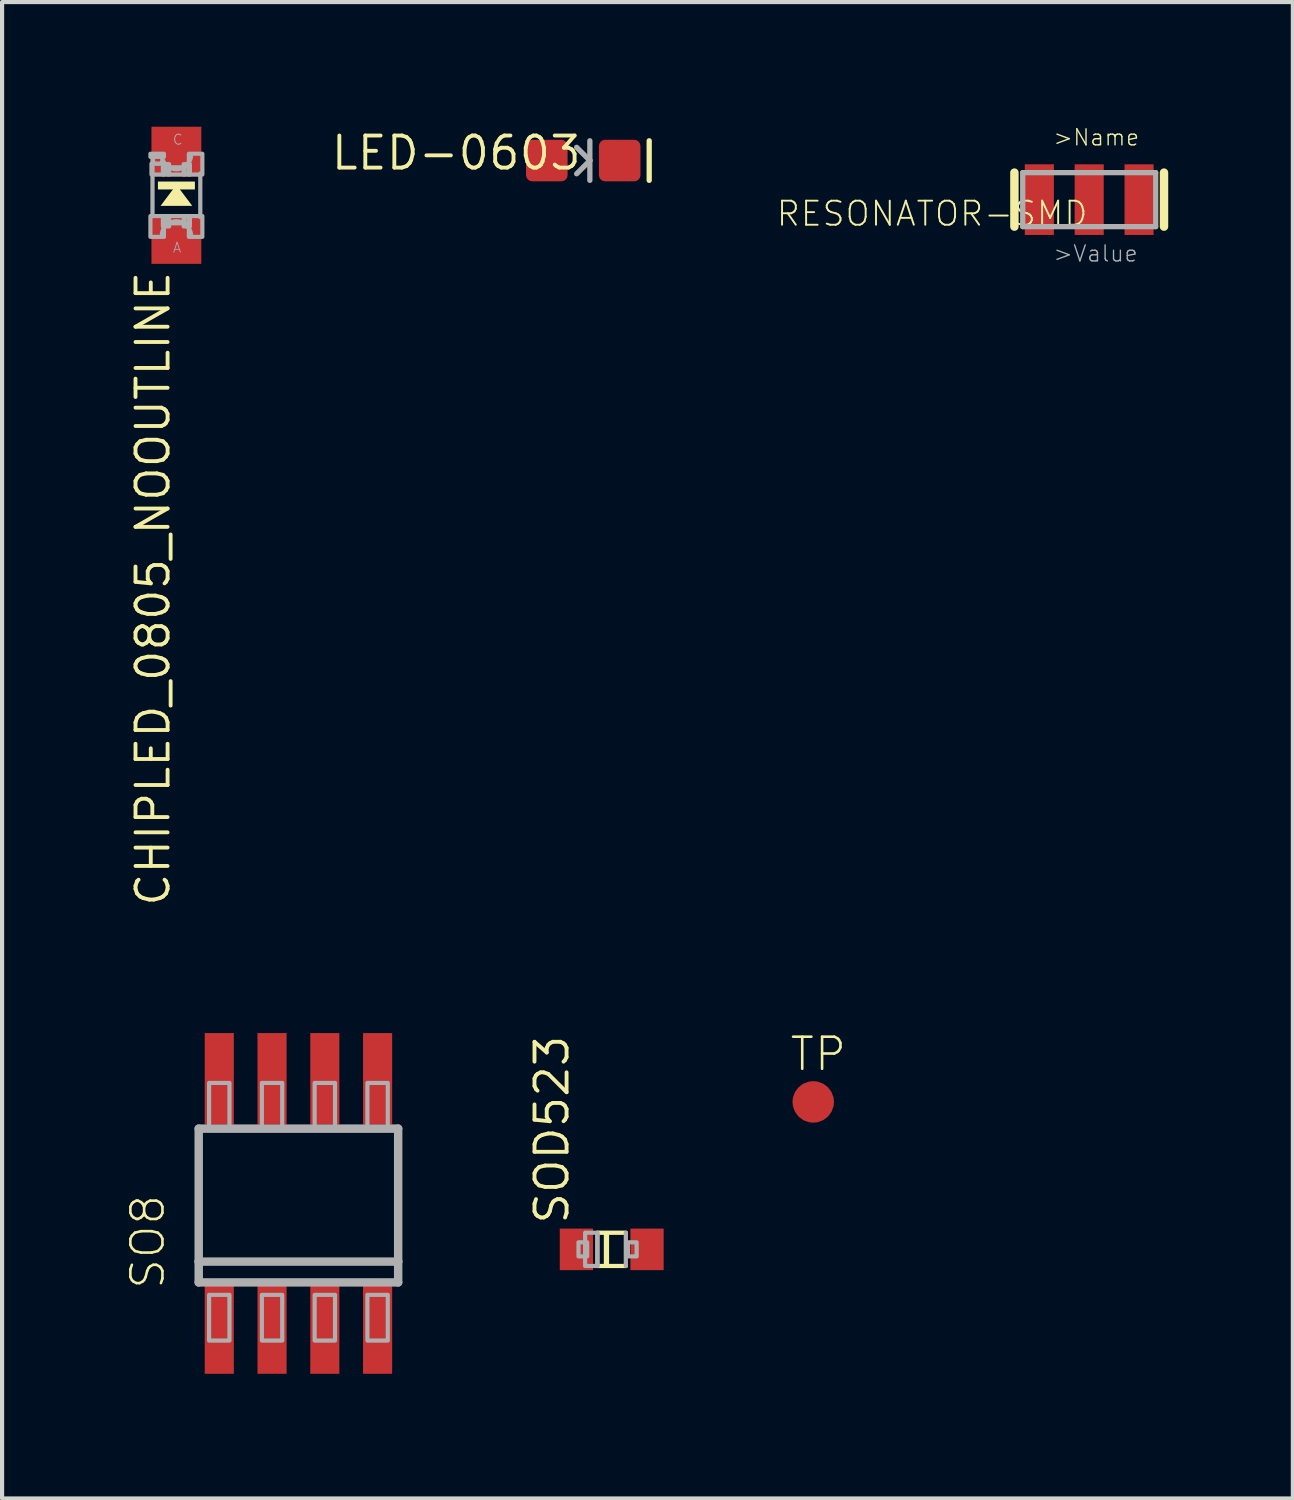
<source format=kicad_pcb>
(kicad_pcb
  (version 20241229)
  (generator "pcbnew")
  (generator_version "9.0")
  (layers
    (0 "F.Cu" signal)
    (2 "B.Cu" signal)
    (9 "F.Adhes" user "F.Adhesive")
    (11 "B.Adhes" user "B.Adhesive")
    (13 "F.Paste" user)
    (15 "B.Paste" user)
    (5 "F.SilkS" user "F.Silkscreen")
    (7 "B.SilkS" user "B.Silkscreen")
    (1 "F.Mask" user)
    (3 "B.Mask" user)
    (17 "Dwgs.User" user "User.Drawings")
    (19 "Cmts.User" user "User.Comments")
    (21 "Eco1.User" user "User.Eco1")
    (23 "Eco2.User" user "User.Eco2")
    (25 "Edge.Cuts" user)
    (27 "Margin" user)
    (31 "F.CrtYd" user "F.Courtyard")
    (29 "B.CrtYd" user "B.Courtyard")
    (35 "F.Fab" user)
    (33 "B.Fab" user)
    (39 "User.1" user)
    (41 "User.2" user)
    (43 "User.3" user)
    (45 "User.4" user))
  (footprint "RESONATOR-SMD"
    (layer "F.Cu")
    (at 23.162 1.754)
    (property "Reference" "RESONATOR-SMD" (at 0 0 0) (layer "F.SilkS") (effects (font (size 0.579 0.579) (thickness 0.046)) (justify right top)))
    (attr through_hole)
    (fp_line (start -1.8 0.65) (end -1.8 -0.65) (stroke (width 0.203) (type solid)) (layer "F.SilkS"))
    (fp_line (start 1.8 -0.65) (end 1.8 0.65) (stroke (width 0.203) (type solid)) (layer "F.SilkS"))
    (fp_line (start -1.6 -0.65) (end 1.6 -0.65) (stroke (width 0.127) (type solid)) (layer "F.Fab"))
    (fp_line (start -1.6 0.65) (end -1.6 -0.65) (stroke (width 0.127) (type solid)) (layer "F.Fab"))
    (fp_line (start 1.6 -0.65) (end 1.6 0.65) (stroke (width 0.127) (type solid)) (layer "F.Fab"))
    (fp_line (start 1.6 0.65) (end -1.6 0.65) (stroke (width 0.127) (type solid)) (layer "F.Fab"))
    (fp_text user ">Name" (at -0.889 -1.27 0) (layer "F.SilkS") (effects (font (size 0.386 0.386) (thickness 0.033)) (justify left bottom)))
    (fp_text user ">Value" (at -0.889 1.524 0) (layer "F.Fab") (effects (font (size 0.386 0.386) (thickness 0.033)) (justify left bottom)))
    (pad "1" smd rect (at -1.2 0) (size 0.7 1.7) (layers "F.Cu" "F.Mask" "F.Paste"))
    (pad "2" smd rect (at 0 0) (size 0.7 1.7) (layers "F.Cu" "F.Mask" "F.Paste"))
    (pad "3" smd rect (at 1.2 0) (size 0.7 1.7) (layers "F.Cu" "F.Mask" "F.Paste")))
  (footprint "TP"
    (layer "F.Cu")
    (at 16.521 23.468)
    (property "Reference" "TP" (at -0.6 -0.7 0) (layer "F.SilkS") (effects (font (size 0.772 0.772) (thickness 0.062)) (justify left bottom)))
    (attr through_hole)
    (pad "1" smd roundrect (at 0 0) (size 1 1) (layers "F.Cu" "F.Mask" "F.Paste") (roundrect_rratio 0.5)))
  (footprint "CHIPLED_0805_NOOUTLINE"
    (layer "F.Cu")
    (at 1.195 1.65)
    (property "Reference" "CHIPLED_0805_NOOUTLINE" (at -1.016 1.778 270) (layer "F.SilkS") (effects (font (size 0.772 0.772) (thickness 0.093)) (justify right top)))
    (attr through_hole)
    (fp_poly (pts (xy 0 -0.254) (xy -0.381 0.254) (xy 0.381 0.254)) (stroke (width 0) (type solid)) (fill yes) (layer "F.SilkS"))
    (fp_poly (pts (xy -0.445 -0.141) (xy 0.445 -0.141) (xy 0.445 -0.331) (xy -0.445 -0.331)) (stroke (width 0) (type solid)) (fill yes) (layer "F.SilkS"))
    (fp_line (start -0.575 0.5) (end -0.575 -0.925) (stroke (width 0.102) (type solid)) (layer "F.Fab"))
    (fp_line (start 0.575 -0.525) (end 0.575 0.525) (stroke (width 0.102) (type solid)) (layer "F.Fab"))
    (fp_arc (start -0.35 0.925) (mid -0.000001 0.625027) (end 0.35 0.924998) (stroke (width 0.1016) (type solid)) (layer "F.Fab"))
    (fp_arc (start 0.35 -0.924998) (mid -0.000001 -0.625027) (end -0.35 -0.925) (stroke (width 0.1016) (type solid)) (layer "F.Fab"))
    (fp_circle (center -0.45 -0.85) (end -0.347 -0.85) (stroke (width 0.076) (type solid)) (fill no) (layer "F.Fab"))
    (fp_poly (pts (xy -0.625 -0.925) (xy -0.3 -0.925) (xy -0.3 -1) (xy -0.625 -1)) (stroke (width 0.1) (type solid)) (fill no) (layer "F.Fab"))
    (fp_poly (pts (xy -0.625 1) (xy -0.3 1) (xy -0.3 0.5) (xy -0.625 0.5)) (stroke (width 0.1) (type solid)) (fill no) (layer "F.Fab"))
    (fp_poly (pts (xy -0.6 -0.5) (xy -0.3 -0.5) (xy -0.3 -0.762) (xy -0.6 -0.762)) (stroke (width 0.1) (type solid)) (fill no) (layer "F.Fab"))
    (fp_poly (pts (xy -0.325 -0.5) (xy -0.175 -0.5) (xy -0.175 -0.75) (xy -0.325 -0.75)) (stroke (width 0.1) (type solid)) (fill no) (layer "F.Fab"))
    (fp_poly (pts (xy -0.325 0.75) (xy -0.175 0.75) (xy -0.175 0.5) (xy -0.325 0.5)) (stroke (width 0.1) (type solid)) (fill no) (layer "F.Fab"))
    (fp_poly (pts (xy -0.2 -0.5) (xy 0.2 -0.5) (xy 0.2 -0.675) (xy -0.2 -0.675)) (stroke (width 0.1) (type solid)) (fill no) (layer "F.Fab"))
    (fp_poly (pts (xy -0.2 0.675) (xy 0.2 0.675) (xy 0.2 0.5) (xy -0.2 0.5)) (stroke (width 0.1) (type solid)) (fill no) (layer "F.Fab"))
    (fp_poly (pts (xy 0.175 -0.5) (xy 0.325 -0.5) (xy 0.325 -0.75) (xy 0.175 -0.75)) (stroke (width 0.1) (type solid)) (fill no) (layer "F.Fab"))
    (fp_poly (pts (xy 0.175 0.75) (xy 0.325 0.75) (xy 0.325 0.5) (xy 0.175 0.5)) (stroke (width 0.1) (type solid)) (fill no) (layer "F.Fab"))
    (fp_poly (pts (xy 0.3 -0.5) (xy 0.625 -0.5) (xy 0.625 -1) (xy 0.3 -1)) (stroke (width 0.1) (type solid)) (fill no) (layer "F.Fab"))
    (fp_poly (pts (xy 0.3 1) (xy 0.625 1) (xy 0.625 0.5) (xy 0.3 0.5)) (stroke (width 0.1) (type solid)) (fill no) (layer "F.Fab"))
    (fp_text user "C" (at -0.1 -1.2 0) (layer "F.Fab") (effects (font (size 0.241 0.241) (thickness 0.02)) (justify left bottom)))
    (fp_text user "A" (at -0.1 1.4 0) (layer "F.Fab") (effects (font (size 0.241 0.241) (thickness 0.02)) (justify left bottom)))
    (pad "A" smd rect (at 0 1.05) (size 1.2 1.2) (layers "F.Cu" "F.Mask" "F.Paste"))
    (pad "C" smd rect (at 0 -1.05) (size 1.2 1.2) (layers "F.Cu" "F.Mask" "F.Paste")))
  (footprint "SO8"
    (layer "F.Cu")
    (at 4.132 26.111)
    (property "Reference" "SO8" (at -3.175 1.905 90) (layer "F.SilkS") (effects (font (size 0.772 0.772) (thickness 0.062)) (justify left bottom)))
    (attr through_hole)
    (fp_line (start -2.4 -2) (end 2.4 -2) (stroke (width 0.203) (type solid)) (layer "F.Fab"))
    (fp_line (start -2.4 1.2) (end -2.4 -2) (stroke (width 0.203) (type solid)) (layer "F.Fab"))
    (fp_line (start -2.4 1.7) (end -2.4 1.2) (stroke (width 0.203) (type solid)) (layer "F.Fab"))
    (fp_line (start 2.4 -2) (end 2.4 1.2) (stroke (width 0.203) (type solid)) (layer "F.Fab"))
    (fp_line (start 2.4 1.2) (end -2.4 1.2) (stroke (width 0.203) (type solid)) (layer "F.Fab"))
    (fp_line (start 2.4 1.2) (end 2.4 1.7) (stroke (width 0.203) (type solid)) (layer "F.Fab"))
    (fp_line (start 2.4 1.7) (end -2.4 1.7) (stroke (width 0.203) (type solid)) (layer "F.Fab"))
    (fp_poly (pts (xy -2.15 -2) (xy -1.66 -2) (xy -1.66 -3.1) (xy -2.15 -3.1)) (stroke (width 0.1) (type solid)) (fill no) (layer "F.Fab"))
    (fp_poly (pts (xy -2.15 3.1) (xy -1.66 3.1) (xy -1.66 2) (xy -2.15 2)) (stroke (width 0.1) (type solid)) (fill no) (layer "F.Fab"))
    (fp_poly (pts (xy -0.88 -2) (xy -0.39 -2) (xy -0.39 -3.1) (xy -0.88 -3.1)) (stroke (width 0.1) (type solid)) (fill no) (layer "F.Fab"))
    (fp_poly (pts (xy -0.88 3.1) (xy -0.39 3.1) (xy -0.39 2) (xy -0.88 2)) (stroke (width 0.1) (type solid)) (fill no) (layer "F.Fab"))
    (fp_poly (pts (xy 0.39 -2) (xy 0.88 -2) (xy 0.88 -3.1) (xy 0.39 -3.1)) (stroke (width 0.1) (type solid)) (fill no) (layer "F.Fab"))
    (fp_poly (pts (xy 0.39 3.1) (xy 0.88 3.1) (xy 0.88 2) (xy 0.39 2)) (stroke (width 0.1) (type solid)) (fill no) (layer "F.Fab"))
    (fp_poly (pts (xy 1.66 -2) (xy 2.15 -2) (xy 2.15 -3.1) (xy 1.66 -3.1)) (stroke (width 0.1) (type solid)) (fill no) (layer "F.Fab"))
    (fp_poly (pts (xy 1.66 3.1) (xy 2.15 3.1) (xy 2.15 2) (xy 1.66 2)) (stroke (width 0.1) (type solid)) (fill no) (layer "F.Fab"))
    (pad "1" smd rect (at -1.905 2.8) (size 0.7 2.2) (layers "F.Cu" "F.Mask" "F.Paste"))
    (pad "2" smd rect (at -0.635 2.8) (size 0.7 2.2) (layers "F.Cu" "F.Mask" "F.Paste"))
    (pad "3" smd rect (at 0.635 2.8) (size 0.7 2.2) (layers "F.Cu" "F.Mask" "F.Paste"))
    (pad "4" smd rect (at 1.905 2.8) (size 0.7 2.2) (layers "F.Cu" "F.Mask" "F.Paste"))
    (pad "5" smd rect (at 1.905 -3.2) (size 0.7 2.2) (layers "F.Cu" "F.Mask" "F.Paste"))
    (pad "6" smd rect (at 0.635 -3.2) (size 0.7 2.2) (layers "F.Cu" "F.Mask" "F.Paste"))
    (pad "7" smd rect (at -0.635 -3.2) (size 0.7 2.2) (layers "F.Cu" "F.Mask" "F.Paste"))
    (pad "8" smd rect (at -1.905 -3.2) (size 0.7 2.2) (layers "F.Cu" "F.Mask" "F.Paste")))
  (footprint "LED-0603"
    (layer "F.Cu")
    (at 10.986 0.814)
    (property "Reference" "LED-0603" (at 0 -0.635 180) (layer "F.SilkS") (effects (font (size 0.772 0.772) (thickness 0.093)) (justify right top)))
    (attr through_hole)
    (fp_line (start 1.587 -0.476) (end 1.587 0.476) (stroke (width 0.127) (type solid)) (layer "F.SilkS"))
    (fp_line (start 0.159 -0.476) (end 0.159 0) (stroke (width 0.127) (type solid)) (layer "F.Fab"))
    (fp_line (start 0.159 0) (end -0.159 -0.318) (stroke (width 0.127) (type solid)) (layer "F.Fab"))
    (fp_line (start 0.159 0) (end -0.159 0.318) (stroke (width 0.127) (type solid)) (layer "F.Fab"))
    (fp_line (start 0.159 0) (end 0.159 0.476) (stroke (width 0.127) (type solid)) (layer "F.Fab"))
    (pad "A" smd roundrect (at -0.877 0 270) (size 1 1) (layers "F.Cu" "F.Mask" "F.Paste") (roundrect_rratio 0.15))
    (pad "C" smd roundrect (at 0.877 0 270) (size 1 1) (layers "F.Cu" "F.Mask" "F.Paste") (roundrect_rratio 0.15)))
  (footprint "SOD523"
    (layer "F.Cu")
    (at 11.421 27.016)
    (property "Reference" "SOD523" (at -0.737 -0.559 90) (layer "F.SilkS") (effects (font (size 0.772 0.772) (thickness 0.093)) (justify left bottom)))
    (attr through_hole)
    (fp_line (start -0.09 -0.4) (end 0.59 -0.4) (stroke (width 0.102) (type solid)) (layer "F.SilkS"))
    (fp_line (start 0.59 0.4) (end -0.09 0.4) (stroke (width 0.102) (type solid)) (layer "F.SilkS"))
    (fp_poly (pts (xy 0.06 0.394) (xy 0.187 0.394) (xy 0.187 -0.381) (xy 0.06 -0.381)) (stroke (width 0) (type solid)) (fill yes) (layer "F.SilkS"))
    (fp_line (start -0.09 0.4) (end -0.09 -0.4) (stroke (width 0.102) (type solid)) (layer "F.Fab"))
    (fp_line (start 0.59 -0.4) (end 0.59 0.4) (stroke (width 0.102) (type solid)) (layer "F.Fab"))
    (fp_poly (pts (xy -0.55 0.17) (xy -0.34 0.17) (xy -0.34 -0.17) (xy -0.55 -0.17)) (stroke (width 0.1) (type solid)) (fill no) (layer "F.Fab"))
    (fp_poly (pts (xy -0.39 0.4) (xy -0.1 0.4) (xy -0.1 -0.4) (xy -0.39 -0.4)) (stroke (width 0.1) (type solid)) (fill no) (layer "F.Fab"))
    (fp_poly (pts (xy 0.64 0.17) (xy 0.85 0.17) (xy 0.85 -0.17) (xy 0.64 -0.17)) (stroke (width 0.1) (type solid)) (fill no) (layer "F.Fab"))
    (pad "A" smd rect (at 1.1 0) (size 0.8 1) (layers "F.Cu" "F.Mask" "F.Paste"))
    (pad "C" smd rect (at -0.6 0) (size 0.8 1) (layers "F.Cu" "F.Mask" "F.Paste")))
  (gr_rect
    (start -3 -3)
    (end 28.063 33.011)
    (stroke (width 0.1) (type default))
    (fill no)
    (layer "Edge.Cuts")))
</source>
